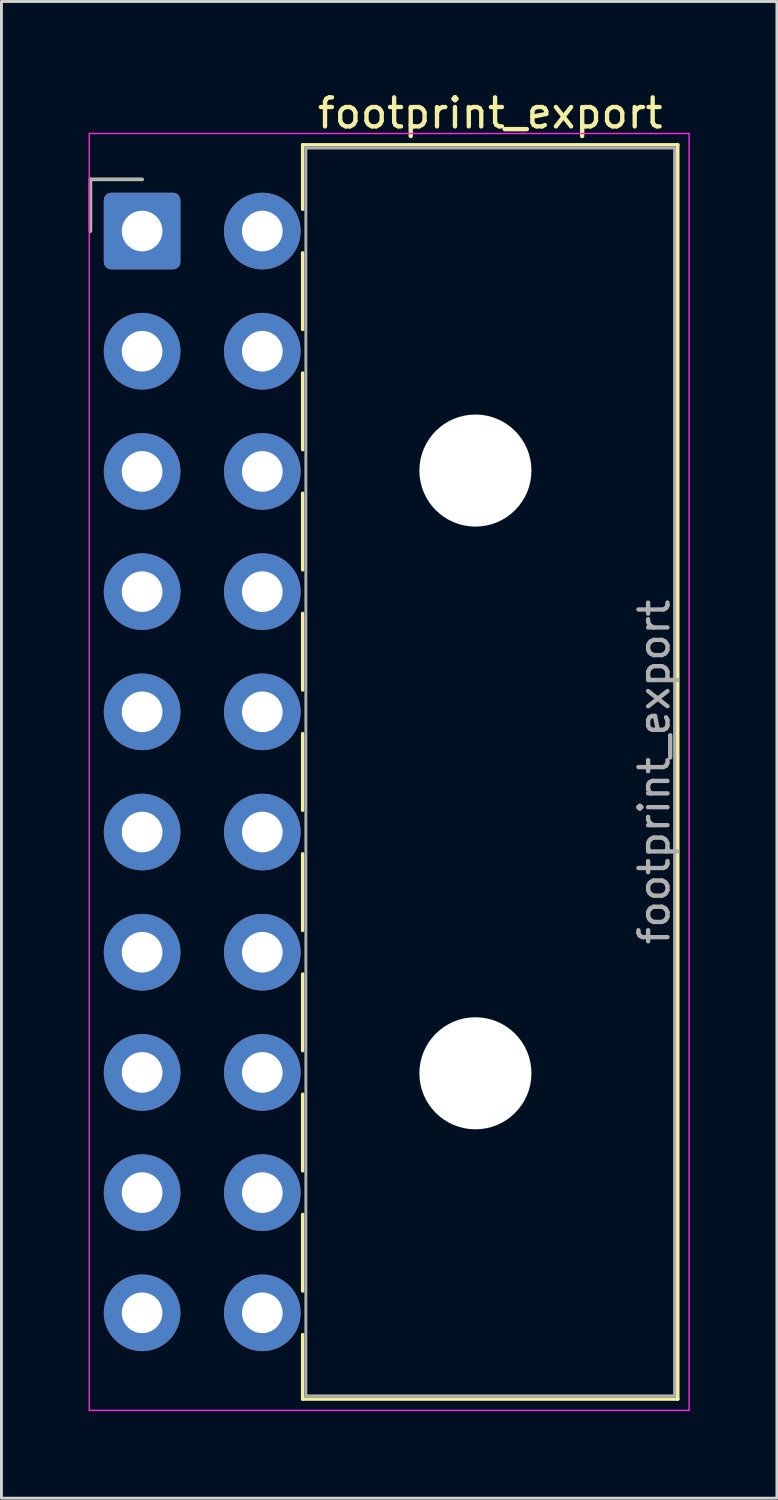
<source format=kicad_pcb>
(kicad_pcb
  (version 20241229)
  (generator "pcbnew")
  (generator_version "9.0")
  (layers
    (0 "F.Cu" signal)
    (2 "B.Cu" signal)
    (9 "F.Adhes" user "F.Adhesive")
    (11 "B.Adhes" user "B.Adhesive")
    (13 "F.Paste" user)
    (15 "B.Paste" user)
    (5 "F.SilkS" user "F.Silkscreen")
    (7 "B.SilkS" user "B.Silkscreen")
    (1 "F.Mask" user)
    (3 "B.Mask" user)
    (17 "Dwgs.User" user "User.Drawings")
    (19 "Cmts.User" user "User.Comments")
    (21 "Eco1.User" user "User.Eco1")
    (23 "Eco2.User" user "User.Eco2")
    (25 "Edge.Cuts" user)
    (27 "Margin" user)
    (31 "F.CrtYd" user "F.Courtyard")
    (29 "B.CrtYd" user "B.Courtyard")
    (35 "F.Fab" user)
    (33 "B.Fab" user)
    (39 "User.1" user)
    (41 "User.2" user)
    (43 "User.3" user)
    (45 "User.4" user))
  (footprint "footprint_export"
    (layer "F.Cu")
    (at 1.845 4.908)
    (property "Reference" "footprint_export" (at 11.99 -4.06 0) (layer "F.SilkS") (effects (font (size 1 1) (thickness 0.15))))
    (attr through_hole)
    (fp_line (start -1.78 -1.78) (end -1.78 0) (stroke (width 0.12) (type solid)) (layer "F.SilkS"))
    (fp_line (start 0 -1.78) (end -1.78 -1.78) (stroke (width 0.12) (type solid)) (layer "F.SilkS"))
    (fp_line (start 5.53 -2.97) (end 18.45 -2.97) (stroke (width 0.12) (type solid)) (layer "F.SilkS"))
    (fp_line (start 5.53 -0.751) (end 5.53 -2.97) (stroke (width 0.12) (type solid)) (layer "F.SilkS"))
    (fp_line (start 5.53 0.751) (end 5.53 3.389) (stroke (width 0.12) (type solid)) (layer "F.SilkS"))
    (fp_line (start 5.53 4.891) (end 5.53 7.529) (stroke (width 0.12) (type solid)) (layer "F.SilkS"))
    (fp_line (start 5.53 9.031) (end 5.53 11.669) (stroke (width 0.12) (type solid)) (layer "F.SilkS"))
    (fp_line (start 5.53 13.171) (end 5.53 15.809) (stroke (width 0.12) (type solid)) (layer "F.SilkS"))
    (fp_line (start 5.53 17.311) (end 5.53 19.949) (stroke (width 0.12) (type solid)) (layer "F.SilkS"))
    (fp_line (start 5.53 21.451) (end 5.53 24.089) (stroke (width 0.12) (type solid)) (layer "F.SilkS"))
    (fp_line (start 5.53 25.591) (end 5.53 28.229) (stroke (width 0.12) (type solid)) (layer "F.SilkS"))
    (fp_line (start 5.53 29.731) (end 5.53 32.369) (stroke (width 0.12) (type solid)) (layer "F.SilkS"))
    (fp_line (start 5.53 33.871) (end 5.53 36.509) (stroke (width 0.12) (type solid)) (layer "F.SilkS"))
    (fp_line (start 5.53 40.23) (end 5.53 38.011) (stroke (width 0.12) (type solid)) (layer "F.SilkS"))
    (fp_line (start 18.45 -2.97) (end 18.45 40.23) (stroke (width 0.12) (type solid)) (layer "F.SilkS"))
    (fp_line (start 18.45 40.23) (end 5.53 40.23) (stroke (width 0.12) (type solid)) (layer "F.SilkS"))
    (fp_line (start -1.82 -3.36) (end -1.82 40.62) (stroke (width 0.05) (type solid)) (layer "F.CrtYd"))
    (fp_line (start -1.82 40.62) (end 18.84 40.62) (stroke (width 0.05) (type solid)) (layer "F.CrtYd"))
    (fp_line (start 18.84 -3.36) (end -1.82 -3.36) (stroke (width 0.05) (type solid)) (layer "F.CrtYd"))
    (fp_line (start 18.84 40.62) (end 18.84 -3.36) (stroke (width 0.05) (type solid)) (layer "F.CrtYd"))
    (fp_line (start -1.78 -1.78) (end -1.78 0) (stroke (width 0.1) (type solid)) (layer "F.Fab"))
    (fp_line (start 0 -1.78) (end -1.78 -1.78) (stroke (width 0.1) (type solid)) (layer "F.Fab"))
    (fp_line (start 5.64 -2.86) (end 5.64 40.12) (stroke (width 0.1) (type solid)) (layer "F.Fab"))
    (fp_line (start 5.64 40.12) (end 18.34 40.12) (stroke (width 0.1) (type solid)) (layer "F.Fab"))
    (fp_line (start 18.34 -2.86) (end 5.64 -2.86) (stroke (width 0.1) (type solid)) (layer "F.Fab"))
    (fp_line (start 18.34 40.12) (end 18.34 -2.86) (stroke (width 0.1) (type solid)) (layer "F.Fab"))
    (fp_text user "${REFERENCE}" (at 17.64 18.63 90) (layer "F.Fab") (effects (font (size 1 1) (thickness 0.15))))
    (pad "" np_thru_hole circle (at 11.48 8.25) (size 3.86 3.86) (drill 3.86) (layers "*.Cu" "*.Mask"))
    (pad "" np_thru_hole circle (at 11.48 29.01) (size 3.86 3.86) (drill 3.86) (layers "*.Cu" "*.Mask"))
    (pad "1" thru_hole roundrect (at 0 0) (size 2.64 2.64) (drill 1.4) (layers "*.Cu" "*.Mask") (roundrect_rratio 0.095))
    (pad "2" thru_hole circle (at 0 4.14) (size 2.64 2.64) (drill 1.4) (layers "*.Cu" "*.Mask"))
    (pad "3" thru_hole circle (at 0 8.28) (size 2.64 2.64) (drill 1.4) (layers "*.Cu" "*.Mask"))
    (pad "4" thru_hole circle (at 0 12.42) (size 2.64 2.64) (drill 1.4) (layers "*.Cu" "*.Mask"))
    (pad "5" thru_hole circle (at 0 16.56) (size 2.64 2.64) (drill 1.4) (layers "*.Cu" "*.Mask"))
    (pad "6" thru_hole circle (at 0 20.7) (size 2.64 2.64) (drill 1.4) (layers "*.Cu" "*.Mask"))
    (pad "7" thru_hole circle (at 0 24.84) (size 2.64 2.64) (drill 1.4) (layers "*.Cu" "*.Mask"))
    (pad "8" thru_hole circle (at 0 28.98) (size 2.64 2.64) (drill 1.4) (layers "*.Cu" "*.Mask"))
    (pad "9" thru_hole circle (at 0 33.12) (size 2.64 2.64) (drill 1.4) (layers "*.Cu" "*.Mask"))
    (pad "10" thru_hole circle (at 0 37.26) (size 2.64 2.64) (drill 1.4) (layers "*.Cu" "*.Mask"))
    (pad "11" thru_hole circle (at 4.14 0) (size 2.64 2.64) (drill 1.4) (layers "*.Cu" "*.Mask"))
    (pad "12" thru_hole circle (at 4.14 4.14) (size 2.64 2.64) (drill 1.4) (layers "*.Cu" "*.Mask"))
    (pad "13" thru_hole circle (at 4.14 8.28) (size 2.64 2.64) (drill 1.4) (layers "*.Cu" "*.Mask"))
    (pad "14" thru_hole circle (at 4.14 12.42) (size 2.64 2.64) (drill 1.4) (layers "*.Cu" "*.Mask"))
    (pad "15" thru_hole circle (at 4.14 16.56) (size 2.64 2.64) (drill 1.4) (layers "*.Cu" "*.Mask"))
    (pad "16" thru_hole circle (at 4.14 20.7) (size 2.64 2.64) (drill 1.4) (layers "*.Cu" "*.Mask"))
    (pad "17" thru_hole circle (at 4.14 24.84) (size 2.64 2.64) (drill 1.4) (layers "*.Cu" "*.Mask"))
    (pad "18" thru_hole circle (at 4.14 28.98) (size 2.64 2.64) (drill 1.4) (layers "*.Cu" "*.Mask"))
    (pad "19" thru_hole circle (at 4.14 33.12) (size 2.64 2.64) (drill 1.4) (layers "*.Cu" "*.Mask"))
    (pad "20" thru_hole circle (at 4.14 37.26) (size 2.64 2.64) (drill 1.4) (layers "*.Cu" "*.Mask")))
  (gr_rect
    (start -3 -3)
    (end 23.71 48.553)
    (stroke (width 0.1) (type default))
    (fill no)
    (layer "Edge.Cuts")))
</source>
